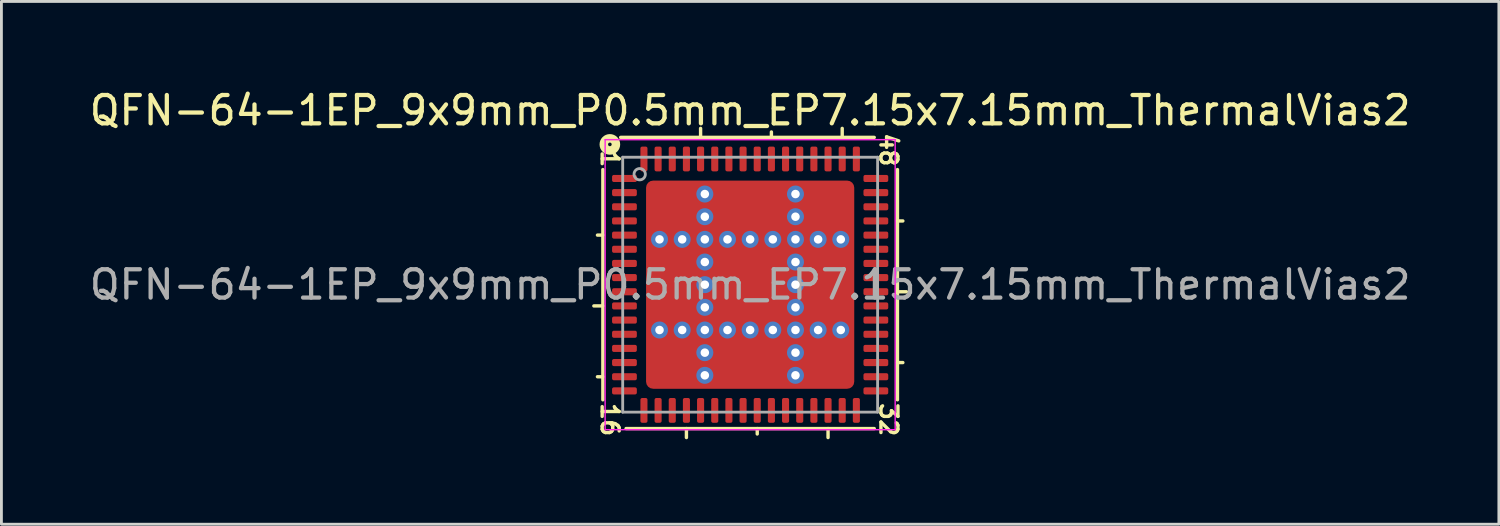
<source format=kicad_pcb>
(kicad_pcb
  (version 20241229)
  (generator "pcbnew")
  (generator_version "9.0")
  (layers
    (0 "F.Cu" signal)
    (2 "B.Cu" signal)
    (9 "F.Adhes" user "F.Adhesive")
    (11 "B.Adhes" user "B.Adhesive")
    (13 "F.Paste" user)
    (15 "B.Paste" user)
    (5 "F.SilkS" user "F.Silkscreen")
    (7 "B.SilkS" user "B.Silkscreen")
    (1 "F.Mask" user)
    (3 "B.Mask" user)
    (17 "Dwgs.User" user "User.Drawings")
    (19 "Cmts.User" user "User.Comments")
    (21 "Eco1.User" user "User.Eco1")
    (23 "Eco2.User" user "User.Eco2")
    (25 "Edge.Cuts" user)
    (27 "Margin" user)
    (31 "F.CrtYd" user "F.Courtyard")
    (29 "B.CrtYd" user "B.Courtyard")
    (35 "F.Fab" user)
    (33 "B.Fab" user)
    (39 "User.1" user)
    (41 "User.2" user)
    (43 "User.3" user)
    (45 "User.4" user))
  (footprint "QFN-64-1EP_9x9mm_P0.5mm_EP7.15x7.15mm_ThermalVias2"
    (layer "F.Cu")
    (at 23.435 7.001)
    (property "Reference" "QFN-64-1EP_9x9mm_P0.5mm_EP7.15x7.15mm_ThermalVias2" (at 0 -6.152 0) (layer "F.SilkS") (effects (font (size 1 1) (thickness 0.15))))
    (attr smd)
    (fp_line (start -5.2 -4.064) (end -5.2 4.064) (stroke (width 0.12) (type solid)) (layer "F.SilkS"))
    (fp_line (start -5.2 -1.75) (end -5.391 -1.75) (stroke (width 0.12) (type solid)) (layer "F.SilkS"))
    (fp_line (start -5.2 0.75) (end -5.518 0.75) (stroke (width 0.12) (type solid)) (layer "F.SilkS"))
    (fp_line (start -5.2 3.25) (end -5.391 3.25) (stroke (width 0.12) (type solid)) (layer "F.SilkS"))
    (fp_line (start -4.381 5.08) (end 4.381 5.08) (stroke (width 0.12) (type solid)) (layer "F.SilkS"))
    (fp_line (start -2.25 5.08) (end -2.25 5.397) (stroke (width 0.12) (type solid)) (layer "F.SilkS"))
    (fp_line (start -1.75 -5.2) (end -1.75 -5.518) (stroke (width 0.12) (type solid)) (layer "F.SilkS"))
    (fp_line (start 0.25 5.08) (end 0.25 5.271) (stroke (width 0.12) (type solid)) (layer "F.SilkS"))
    (fp_line (start 0.75 -5.2) (end 0.75 -5.391) (stroke (width 0.12) (type solid)) (layer "F.SilkS"))
    (fp_line (start 2.75 5.08) (end 2.75 5.397) (stroke (width 0.12) (type solid)) (layer "F.SilkS"))
    (fp_line (start 3.25 -5.2) (end 3.25 -5.518) (stroke (width 0.12) (type solid)) (layer "F.SilkS"))
    (fp_line (start 4.381 -5.2) (end -4.572 -5.2) (stroke (width 0.12) (type solid)) (layer "F.SilkS"))
    (fp_line (start 5.2 -2.25) (end 5.391 -2.25) (stroke (width 0.12) (type solid)) (layer "F.SilkS"))
    (fp_line (start 5.2 0.25) (end 5.518 0.25) (stroke (width 0.12) (type solid)) (layer "F.SilkS"))
    (fp_line (start 5.2 2.75) (end 5.391 2.75) (stroke (width 0.12) (type solid)) (layer "F.SilkS"))
    (fp_line (start 5.2 4.064) (end 5.2 -4.064) (stroke (width 0.12) (type solid)) (layer "F.SilkS"))
    (fp_circle (center -4.953 -4.953) (end -4.889 -4.953) (stroke (width 0.3) (type solid)) (fill no) (layer "F.SilkS"))
    (fp_line (start -5.12 -5.12) (end -5.12 5.12) (stroke (width 0.05) (type solid)) (layer "F.CrtYd"))
    (fp_line (start -5.12 5.12) (end 5.12 5.12) (stroke (width 0.05) (type solid)) (layer "F.CrtYd"))
    (fp_line (start 5.12 -5.12) (end -5.12 -5.12) (stroke (width 0.05) (type solid)) (layer "F.CrtYd"))
    (fp_line (start 5.12 5.12) (end 5.12 -5.12) (stroke (width 0.05) (type solid)) (layer "F.CrtYd"))
    (fp_line (start -4.5 -4.5) (end 4.5 -4.5) (stroke (width 0.1) (type solid)) (layer "F.Fab"))
    (fp_line (start -4.5 4.5) (end -4.5 -4.5) (stroke (width 0.1) (type solid)) (layer "F.Fab"))
    (fp_line (start 4.5 -4.5) (end 4.5 4.5) (stroke (width 0.1) (type solid)) (layer "F.Fab"))
    (fp_line (start 4.5 4.5) (end -4.5 4.5) (stroke (width 0.1) (type solid)) (layer "F.Fab"))
    (fp_circle (center -3.9 -3.9) (end -3.7 -3.9) (stroke (width 0.1) (type solid)) (fill no) (layer "F.Fab"))
    (fp_text user "1" (at -4.953 -4.445 270) (unlocked yes) (layer "F.SilkS") (effects (font (size 0.6 0.6) (thickness 0.12))))
    (fp_text user "48" (at 4.889 -4.763 270) (unlocked yes) (layer "F.SilkS") (effects (font (size 0.6 0.6) (thickness 0.12))))
    (fp_text user "16" (at -4.953 4.763 270) (unlocked yes) (layer "F.SilkS") (effects (font (size 0.6 0.6) (thickness 0.12))))
    (fp_text user "32" (at 4.889 4.763 270) (unlocked yes) (layer "F.SilkS") (effects (font (size 0.6 0.6) (thickness 0.12))))
    (fp_text user "${REFERENCE}" (at 0 0 0) (layer "F.Fab") (effects (font (size 1 1) (thickness 0.15))))
    (pad "" smd roundrect (at -3.15 -3.15) (size 0.6 0.6) (layers "F.Paste") (roundrect_rratio 0.25))
    (pad "" smd roundrect (at -3.15 -2.325) (size 0.6 0.6) (layers "F.Paste") (roundrect_rratio 0.25))
    (pad "" smd roundrect (at -3.15 -0.838) (size 0.6 0.625) (layers "F.Paste") (roundrect_rratio 0.25))
    (pad "" smd roundrect (at -3.15 0) (size 0.6 0.65) (layers "F.Paste") (roundrect_rratio 0.25))
    (pad "" smd roundrect (at -3.15 0.838) (size 0.6 0.625) (layers "F.Paste") (roundrect_rratio 0.25))
    (pad "" smd roundrect (at -3.15 2.325) (size 0.6 0.6) (layers "F.Paste") (roundrect_rratio 0.25))
    (pad "" smd roundrect (at -3.15 3.15) (size 0.6 0.6) (layers "F.Paste") (roundrect_rratio 0.25))
    (pad "" smd roundrect (at -2.737 -2.737 270) (size 1.675 1.675) (layers "F.Mask") (roundrect_rratio 0.149))
    (pad "" smd roundrect (at -2.737 0 270) (size 2.6 1.675) (layers "F.Mask") (roundrect_rratio 0.149))
    (pad "" smd roundrect (at -2.737 2.737 270) (size 1.675 1.675) (layers "F.Mask") (roundrect_rratio 0.149))
    (pad "" smd roundrect (at -2.325 -3.15) (size 0.6 0.6) (layers "F.Paste") (roundrect_rratio 0.25))
    (pad "" smd roundrect (at -2.325 -2.325) (size 0.6 0.6) (layers "F.Paste") (roundrect_rratio 0.25))
    (pad "" smd roundrect (at -2.325 -0.838) (size 0.6 0.625) (layers "F.Paste") (roundrect_rratio 0.25))
    (pad "" smd roundrect (at -2.325 0) (size 0.6 0.65) (layers "F.Paste") (roundrect_rratio 0.25))
    (pad "" smd roundrect (at -2.325 0.838) (size 0.6 0.625) (layers "F.Paste") (roundrect_rratio 0.25))
    (pad "" smd roundrect (at -2.325 2.325) (size 0.6 0.6) (layers "F.Paste") (roundrect_rratio 0.25))
    (pad "" smd roundrect (at -2.325 3.15) (size 0.6 0.6) (layers "F.Paste") (roundrect_rratio 0.25))
    (pad "" smd roundrect (at -0.838 -3.15 90) (size 0.6 0.625) (layers "F.Paste") (roundrect_rratio 0.25))
    (pad "" smd roundrect (at -0.838 -2.325 90) (size 0.6 0.625) (layers "F.Paste") (roundrect_rratio 0.25))
    (pad "" smd roundrect (at -0.838 -0.838 90) (size 0.625 0.625) (layers "F.Paste") (roundrect_rratio 0.25))
    (pad "" smd roundrect (at -0.838 0 90) (size 0.65 0.625) (layers "F.Paste") (roundrect_rratio 0.25))
    (pad "" smd roundrect (at -0.838 0.838 90) (size 0.625 0.625) (layers "F.Paste") (roundrect_rratio 0.25))
    (pad "" smd roundrect (at -0.838 2.325 90) (size 0.6 0.625) (layers "F.Paste") (roundrect_rratio 0.25))
    (pad "" smd roundrect (at -0.838 3.15 90) (size 0.6 0.625) (layers "F.Paste") (roundrect_rratio 0.25))
    (pad "" smd roundrect (at 0 -3.15 90) (size 0.6 0.65) (layers "F.Paste") (roundrect_rratio 0.25))
    (pad "" smd roundrect (at 0 -2.737) (size 2.6 1.675) (layers "F.Mask") (roundrect_rratio 0.149))
    (pad "" smd roundrect (at 0 -2.325 90) (size 0.6 0.65) (layers "F.Paste") (roundrect_rratio 0.25))
    (pad "" smd roundrect (at 0 -0.838 90) (size 0.625 0.65) (layers "F.Paste") (roundrect_rratio 0.25))
    (pad "" smd roundrect (at 0 0 90) (size 0.65 0.65) (layers "F.Paste") (roundrect_rratio 0.25))
    (pad "" smd roundrect (at 0 0 270) (size 2.6 2.6) (layers "F.Mask") (roundrect_rratio 0.096))
    (pad "" smd roundrect (at 0 0.838 90) (size 0.625 0.65) (layers "F.Paste") (roundrect_rratio 0.25))
    (pad "" smd roundrect (at 0 2.325 90) (size 0.6 0.65) (layers "F.Paste") (roundrect_rratio 0.25))
    (pad "" smd roundrect (at 0 2.737) (size 2.6 1.675) (layers "F.Mask") (roundrect_rratio 0.149))
    (pad "" smd roundrect (at 0 3.15 90) (size 0.6 0.65) (layers "F.Paste") (roundrect_rratio 0.25))
    (pad "" smd roundrect (at 0.838 -3.15 90) (size 0.6 0.625) (layers "F.Paste") (roundrect_rratio 0.25))
    (pad "" smd roundrect (at 0.838 -2.325 90) (size 0.6 0.625) (layers "F.Paste") (roundrect_rratio 0.25))
    (pad "" smd roundrect (at 0.838 -0.838 90) (size 0.625 0.625) (layers "F.Paste") (roundrect_rratio 0.25))
    (pad "" smd roundrect (at 0.838 0 90) (size 0.65 0.625) (layers "F.Paste") (roundrect_rratio 0.25))
    (pad "" smd roundrect (at 0.838 0.838 90) (size 0.625 0.625) (layers "F.Paste") (roundrect_rratio 0.25))
    (pad "" smd roundrect (at 0.838 2.325 90) (size 0.6 0.625) (layers "F.Paste") (roundrect_rratio 0.25))
    (pad "" smd roundrect (at 0.838 3.15 90) (size 0.6 0.625) (layers "F.Paste") (roundrect_rratio 0.25))
    (pad "" smd roundrect (at 2.325 -3.15 270) (size 0.6 0.6) (layers "F.Paste") (roundrect_rratio 0.25))
    (pad "" smd roundrect (at 2.325 -2.325 270) (size 0.6 0.6) (layers "F.Paste") (roundrect_rratio 0.25))
    (pad "" smd roundrect (at 2.325 -0.838) (size 0.6 0.625) (layers "F.Paste") (roundrect_rratio 0.25))
    (pad "" smd roundrect (at 2.325 0) (size 0.6 0.65) (layers "F.Paste") (roundrect_rratio 0.25))
    (pad "" smd roundrect (at 2.325 0.838) (size 0.6 0.625) (layers "F.Paste") (roundrect_rratio 0.25))
    (pad "" smd roundrect (at 2.325 2.325) (size 0.6 0.6) (layers "F.Paste") (roundrect_rratio 0.25))
    (pad "" smd roundrect (at 2.325 3.15) (size 0.6 0.6) (layers "F.Paste") (roundrect_rratio 0.25))
    (pad "" smd roundrect (at 2.737 -2.737 270) (size 1.675 1.675) (layers "F.Mask") (roundrect_rratio 0.149))
    (pad "" smd roundrect (at 2.737 0 270) (size 2.6 1.675) (layers "F.Mask") (roundrect_rratio 0.149))
    (pad "" smd roundrect (at 2.737 2.737 270) (size 1.675 1.675) (layers "F.Mask") (roundrect_rratio 0.149))
    (pad "" smd roundrect (at 3.15 -3.15 270) (size 0.6 0.6) (layers "F.Paste") (roundrect_rratio 0.25))
    (pad "" smd roundrect (at 3.15 -2.325 270) (size 0.6 0.6) (layers "F.Paste") (roundrect_rratio 0.25))
    (pad "" smd roundrect (at 3.15 -0.838) (size 0.6 0.625) (layers "F.Paste") (roundrect_rratio 0.25))
    (pad "" smd roundrect (at 3.15 0) (size 0.6 0.65) (layers "F.Paste") (roundrect_rratio 0.25))
    (pad "" smd roundrect (at 3.15 0.838) (size 0.6 0.625) (layers "F.Paste") (roundrect_rratio 0.25))
    (pad "" smd roundrect (at 3.15 2.325) (size 0.6 0.6) (layers "F.Paste") (roundrect_rratio 0.25))
    (pad "" smd roundrect (at 3.15 3.15) (size 0.6 0.6) (layers "F.Paste") (roundrect_rratio 0.25))
    (pad "1" smd roundrect (at -4.438 -3.75) (size 0.875 0.25) (layers "F.Cu" "F.Mask" "F.Paste") (roundrect_rratio 0.25))
    (pad "2" smd roundrect (at -4.438 -3.25) (size 0.875 0.25) (layers "F.Cu" "F.Mask" "F.Paste") (roundrect_rratio 0.25))
    (pad "3" smd roundrect (at -4.438 -2.75) (size 0.875 0.25) (layers "F.Cu" "F.Mask" "F.Paste") (roundrect_rratio 0.25))
    (pad "4" smd roundrect (at -4.438 -2.25) (size 0.875 0.25) (layers "F.Cu" "F.Mask" "F.Paste") (roundrect_rratio 0.25))
    (pad "5" smd roundrect (at -4.438 -1.75) (size 0.875 0.25) (layers "F.Cu" "F.Mask" "F.Paste") (roundrect_rratio 0.25))
    (pad "6" smd roundrect (at -4.438 -1.25) (size 0.875 0.25) (layers "F.Cu" "F.Mask" "F.Paste") (roundrect_rratio 0.25))
    (pad "7" smd roundrect (at -4.438 -0.75) (size 0.875 0.25) (layers "F.Cu" "F.Mask" "F.Paste") (roundrect_rratio 0.25))
    (pad "8" smd roundrect (at -4.438 -0.25) (size 0.875 0.25) (layers "F.Cu" "F.Mask" "F.Paste") (roundrect_rratio 0.25))
    (pad "9" smd roundrect (at -4.438 0.25) (size 0.875 0.25) (layers "F.Cu" "F.Mask" "F.Paste") (roundrect_rratio 0.25))
    (pad "10" smd roundrect (at -4.438 0.75) (size 0.875 0.25) (layers "F.Cu" "F.Mask" "F.Paste") (roundrect_rratio 0.25))
    (pad "11" smd roundrect (at -4.438 1.25) (size 0.875 0.25) (layers "F.Cu" "F.Mask" "F.Paste") (roundrect_rratio 0.25))
    (pad "12" smd roundrect (at -4.438 1.75) (size 0.875 0.25) (layers "F.Cu" "F.Mask" "F.Paste") (roundrect_rratio 0.25))
    (pad "13" smd roundrect (at -4.438 2.25) (size 0.875 0.25) (layers "F.Cu" "F.Mask" "F.Paste") (roundrect_rratio 0.25))
    (pad "14" smd roundrect (at -4.438 2.75) (size 0.875 0.25) (layers "F.Cu" "F.Mask" "F.Paste") (roundrect_rratio 0.25))
    (pad "15" smd roundrect (at -4.438 3.25) (size 0.875 0.25) (layers "F.Cu" "F.Mask" "F.Paste") (roundrect_rratio 0.25))
    (pad "16" smd roundrect (at -4.438 3.75) (size 0.875 0.25) (layers "F.Cu" "F.Mask" "F.Paste") (roundrect_rratio 0.25))
    (pad "17" smd roundrect (at -3.75 4.438) (size 0.25 0.875) (layers "F.Cu" "F.Mask" "F.Paste") (roundrect_rratio 0.25))
    (pad "18" smd roundrect (at -3.25 4.438) (size 0.25 0.875) (layers "F.Cu" "F.Mask" "F.Paste") (roundrect_rratio 0.25))
    (pad "19" smd roundrect (at -2.75 4.438) (size 0.25 0.875) (layers "F.Cu" "F.Mask" "F.Paste") (roundrect_rratio 0.25))
    (pad "20" smd roundrect (at -2.25 4.438) (size 0.25 0.875) (layers "F.Cu" "F.Mask" "F.Paste") (roundrect_rratio 0.25))
    (pad "21" smd roundrect (at -1.75 4.438) (size 0.25 0.875) (layers "F.Cu" "F.Mask" "F.Paste") (roundrect_rratio 0.25))
    (pad "22" smd roundrect (at -1.25 4.438) (size 0.25 0.875) (layers "F.Cu" "F.Mask" "F.Paste") (roundrect_rratio 0.25))
    (pad "23" smd roundrect (at -0.75 4.438) (size 0.25 0.875) (layers "F.Cu" "F.Mask" "F.Paste") (roundrect_rratio 0.25))
    (pad "24" smd roundrect (at -0.25 4.438) (size 0.25 0.875) (layers "F.Cu" "F.Mask" "F.Paste") (roundrect_rratio 0.25))
    (pad "25" smd roundrect (at 0.25 4.438) (size 0.25 0.875) (layers "F.Cu" "F.Mask" "F.Paste") (roundrect_rratio 0.25))
    (pad "26" smd roundrect (at 0.75 4.438) (size 0.25 0.875) (layers "F.Cu" "F.Mask" "F.Paste") (roundrect_rratio 0.25))
    (pad "27" smd roundrect (at 1.25 4.438) (size 0.25 0.875) (layers "F.Cu" "F.Mask" "F.Paste") (roundrect_rratio 0.25))
    (pad "28" smd roundrect (at 1.75 4.438) (size 0.25 0.875) (layers "F.Cu" "F.Mask" "F.Paste") (roundrect_rratio 0.25))
    (pad "29" smd roundrect (at 2.25 4.438) (size 0.25 0.875) (layers "F.Cu" "F.Mask" "F.Paste") (roundrect_rratio 0.25))
    (pad "30" smd roundrect (at 2.75 4.438) (size 0.25 0.875) (layers "F.Cu" "F.Mask" "F.Paste") (roundrect_rratio 0.25))
    (pad "31" smd roundrect (at 3.25 4.438) (size 0.25 0.875) (layers "F.Cu" "F.Mask" "F.Paste") (roundrect_rratio 0.25))
    (pad "32" smd roundrect (at 3.75 4.438) (size 0.25 0.875) (layers "F.Cu" "F.Mask" "F.Paste") (roundrect_rratio 0.25))
    (pad "33" smd roundrect (at 4.438 3.75) (size 0.875 0.25) (layers "F.Cu" "F.Mask" "F.Paste") (roundrect_rratio 0.25))
    (pad "34" smd roundrect (at 4.438 3.25) (size 0.875 0.25) (layers "F.Cu" "F.Mask" "F.Paste") (roundrect_rratio 0.25))
    (pad "35" smd roundrect (at 4.438 2.75) (size 0.875 0.25) (layers "F.Cu" "F.Mask" "F.Paste") (roundrect_rratio 0.25))
    (pad "36" smd roundrect (at 4.438 2.25) (size 0.875 0.25) (layers "F.Cu" "F.Mask" "F.Paste") (roundrect_rratio 0.25))
    (pad "37" smd roundrect (at 4.438 1.75) (size 0.875 0.25) (layers "F.Cu" "F.Mask" "F.Paste") (roundrect_rratio 0.25))
    (pad "38" smd roundrect (at 4.438 1.25) (size 0.875 0.25) (layers "F.Cu" "F.Mask" "F.Paste") (roundrect_rratio 0.25))
    (pad "39" smd roundrect (at 4.438 0.75) (size 0.875 0.25) (layers "F.Cu" "F.Mask" "F.Paste") (roundrect_rratio 0.25))
    (pad "40" smd roundrect (at 4.438 0.25) (size 0.875 0.25) (layers "F.Cu" "F.Mask" "F.Paste") (roundrect_rratio 0.25))
    (pad "41" smd roundrect (at 4.438 -0.25) (size 0.875 0.25) (layers "F.Cu" "F.Mask" "F.Paste") (roundrect_rratio 0.25))
    (pad "42" smd roundrect (at 4.438 -0.75) (size 0.875 0.25) (layers "F.Cu" "F.Mask" "F.Paste") (roundrect_rratio 0.25))
    (pad "43" smd roundrect (at 4.438 -1.25) (size 0.875 0.25) (layers "F.Cu" "F.Mask" "F.Paste") (roundrect_rratio 0.25))
    (pad "44" smd roundrect (at 4.438 -1.75) (size 0.875 0.25) (layers "F.Cu" "F.Mask" "F.Paste") (roundrect_rratio 0.25))
    (pad "45" smd roundrect (at 4.438 -2.25) (size 0.875 0.25) (layers "F.Cu" "F.Mask" "F.Paste") (roundrect_rratio 0.25))
    (pad "46" smd roundrect (at 4.438 -2.75) (size 0.875 0.25) (layers "F.Cu" "F.Mask" "F.Paste") (roundrect_rratio 0.25))
    (pad "47" smd roundrect (at 4.438 -3.25) (size 0.875 0.25) (layers "F.Cu" "F.Mask" "F.Paste") (roundrect_rratio 0.25))
    (pad "48" smd roundrect (at 4.438 -3.75) (size 0.875 0.25) (layers "F.Cu" "F.Mask" "F.Paste") (roundrect_rratio 0.25))
    (pad "49" smd roundrect (at 3.75 -4.438) (size 0.25 0.875) (layers "F.Cu" "F.Mask" "F.Paste") (roundrect_rratio 0.25))
    (pad "50" smd roundrect (at 3.25 -4.438) (size 0.25 0.875) (layers "F.Cu" "F.Mask" "F.Paste") (roundrect_rratio 0.25))
    (pad "51" smd roundrect (at 2.75 -4.438) (size 0.25 0.875) (layers "F.Cu" "F.Mask" "F.Paste") (roundrect_rratio 0.25))
    (pad "52" smd roundrect (at 2.25 -4.438) (size 0.25 0.875) (layers "F.Cu" "F.Mask" "F.Paste") (roundrect_rratio 0.25))
    (pad "53" smd roundrect (at 1.75 -4.438) (size 0.25 0.875) (layers "F.Cu" "F.Mask" "F.Paste") (roundrect_rratio 0.25))
    (pad "54" smd roundrect (at 1.25 -4.438) (size 0.25 0.875) (layers "F.Cu" "F.Mask" "F.Paste") (roundrect_rratio 0.25))
    (pad "55" smd roundrect (at 0.75 -4.438) (size 0.25 0.875) (layers "F.Cu" "F.Mask" "F.Paste") (roundrect_rratio 0.25))
    (pad "56" smd roundrect (at 0.25 -4.438) (size 0.25 0.875) (layers "F.Cu" "F.Mask" "F.Paste") (roundrect_rratio 0.25))
    (pad "57" smd roundrect (at -0.25 -4.438) (size 0.25 0.875) (layers "F.Cu" "F.Mask" "F.Paste") (roundrect_rratio 0.25))
    (pad "58" smd roundrect (at -0.75 -4.438) (size 0.25 0.875) (layers "F.Cu" "F.Mask" "F.Paste") (roundrect_rratio 0.25))
    (pad "59" smd roundrect (at -1.25 -4.438) (size 0.25 0.875) (layers "F.Cu" "F.Mask" "F.Paste") (roundrect_rratio 0.25))
    (pad "60" smd roundrect (at -1.75 -4.438) (size 0.25 0.875) (layers "F.Cu" "F.Mask" "F.Paste") (roundrect_rratio 0.25))
    (pad "61" smd roundrect (at -2.25 -4.438) (size 0.25 0.875) (layers "F.Cu" "F.Mask" "F.Paste") (roundrect_rratio 0.25))
    (pad "62" smd roundrect (at -2.75 -4.438) (size 0.25 0.875) (layers "F.Cu" "F.Mask" "F.Paste") (roundrect_rratio 0.25))
    (pad "63" smd roundrect (at -3.25 -4.438) (size 0.25 0.875) (layers "F.Cu" "F.Mask" "F.Paste") (roundrect_rratio 0.25))
    (pad "64" smd roundrect (at -3.75 -4.438) (size 0.25 0.875) (layers "F.Cu" "F.Mask" "F.Paste") (roundrect_rratio 0.25))
    (pad "65" thru_hole circle (at -3.2 -1.6 180) (size 0.6 0.6) (drill 0.3) (property pad_prop_heatsink) (layers "*.Cu" "*.Mask"))
    (pad "65" thru_hole circle (at -3.2 1.6 180) (size 0.6 0.6) (drill 0.3) (property pad_prop_heatsink) (layers "*.Cu" "*.Mask"))
    (pad "65" thru_hole circle (at -2.4 -1.6 180) (size 0.6 0.6) (drill 0.3) (property pad_prop_heatsink) (layers "*.Cu" "*.Mask"))
    (pad "65" thru_hole circle (at -2.4 1.6 180) (size 0.6 0.6) (drill 0.3) (property pad_prop_heatsink) (layers "*.Cu" "*.Mask"))
    (pad "65" thru_hole circle (at -1.6 -3.2 180) (size 0.6 0.6) (drill 0.3) (property pad_prop_heatsink) (layers "*.Cu" "*.Mask"))
    (pad "65" thru_hole circle (at -1.6 -2.4 180) (size 0.6 0.6) (drill 0.3) (property pad_prop_heatsink) (layers "*.Cu" "*.Mask"))
    (pad "65" thru_hole circle (at -1.6 -1.6 180) (size 0.6 0.6) (drill 0.3) (property pad_prop_heatsink) (layers "*.Cu" "*.Mask"))
    (pad "65" thru_hole circle (at -1.6 -0.8 180) (size 0.6 0.6) (drill 0.3) (property pad_prop_heatsink) (layers "*.Cu" "*.Mask"))
    (pad "65" thru_hole circle (at -1.6 0 180) (size 0.6 0.6) (drill 0.3) (property pad_prop_heatsink) (layers "*.Cu" "*.Mask"))
    (pad "65" thru_hole circle (at -1.6 0.8 180) (size 0.6 0.6) (drill 0.3) (property pad_prop_heatsink) (layers "*.Cu" "*.Mask"))
    (pad "65" thru_hole circle (at -1.6 1.6 180) (size 0.6 0.6) (drill 0.3) (property pad_prop_heatsink) (layers "*.Cu" "*.Mask"))
    (pad "65" thru_hole circle (at -1.6 2.4 180) (size 0.6 0.6) (drill 0.3) (property pad_prop_heatsink) (layers "*.Cu" "*.Mask"))
    (pad "65" thru_hole circle (at -1.6 3.2 180) (size 0.6 0.6) (drill 0.3) (property pad_prop_heatsink) (layers "*.Cu" "*.Mask"))
    (pad "65" thru_hole circle (at -0.8 -1.6 180) (size 0.6 0.6) (drill 0.3) (property pad_prop_heatsink) (layers "*.Cu" "*.Mask"))
    (pad "65" thru_hole circle (at -0.8 1.6 180) (size 0.6 0.6) (drill 0.3) (property pad_prop_heatsink) (layers "*.Cu" "*.Mask"))
    (pad "65" thru_hole circle (at 0 -1.6 180) (size 0.6 0.6) (drill 0.3) (property pad_prop_heatsink) (layers "*.Cu" "*.Mask"))
    (pad "65" smd roundrect (at 0 0) (size 7.35 7.35) (layers "F.Cu") (roundrect_rratio 0.034))
    (pad "65" thru_hole circle (at 0 1.6 180) (size 0.6 0.6) (drill 0.3) (property pad_prop_heatsink) (layers "*.Cu" "*.Mask"))
    (pad "65" thru_hole circle (at 0.8 -1.6 180) (size 0.6 0.6) (drill 0.3) (property pad_prop_heatsink) (layers "*.Cu" "*.Mask"))
    (pad "65" thru_hole circle (at 0.8 1.6 180) (size 0.6 0.6) (drill 0.3) (property pad_prop_heatsink) (layers "*.Cu" "*.Mask"))
    (pad "65" thru_hole circle (at 1.6 -3.2 180) (size 0.6 0.6) (drill 0.3) (property pad_prop_heatsink) (layers "*.Cu" "*.Mask"))
    (pad "65" thru_hole circle (at 1.6 -2.4 180) (size 0.6 0.6) (drill 0.3) (property pad_prop_heatsink) (layers "*.Cu" "*.Mask"))
    (pad "65" thru_hole circle (at 1.6 -1.6 180) (size 0.6 0.6) (drill 0.3) (property pad_prop_heatsink) (layers "*.Cu" "*.Mask"))
    (pad "65" thru_hole circle (at 1.6 -0.8 180) (size 0.6 0.6) (drill 0.3) (property pad_prop_heatsink) (layers "*.Cu" "*.Mask"))
    (pad "65" thru_hole circle (at 1.6 0 180) (size 0.6 0.6) (drill 0.3) (property pad_prop_heatsink) (layers "*.Cu" "*.Mask"))
    (pad "65" thru_hole circle (at 1.6 0.8 180) (size 0.6 0.6) (drill 0.3) (property pad_prop_heatsink) (layers "*.Cu" "*.Mask"))
    (pad "65" thru_hole circle (at 1.6 1.6 180) (size 0.6 0.6) (drill 0.3) (property pad_prop_heatsink) (layers "*.Cu" "*.Mask"))
    (pad "65" thru_hole circle (at 1.6 2.4 180) (size 0.6 0.6) (drill 0.3) (property pad_prop_heatsink) (layers "*.Cu" "*.Mask"))
    (pad "65" thru_hole circle (at 1.6 3.2 180) (size 0.6 0.6) (drill 0.3) (property pad_prop_heatsink) (layers "*.Cu" "*.Mask"))
    (pad "65" thru_hole circle (at 2.4 -1.6 180) (size 0.6 0.6) (drill 0.3) (property pad_prop_heatsink) (layers "*.Cu" "*.Mask"))
    (pad "65" thru_hole circle (at 2.4 1.6 180) (size 0.6 0.6) (drill 0.3) (property pad_prop_heatsink) (layers "*.Cu" "*.Mask"))
    (pad "65" thru_hole circle (at 3.2 -1.6 180) (size 0.6 0.6) (drill 0.3) (property pad_prop_heatsink) (layers "*.Cu" "*.Mask"))
    (pad "65" thru_hole circle (at 3.2 1.6 180) (size 0.6 0.6) (drill 0.3) (property pad_prop_heatsink) (layers "*.Cu" "*.Mask")))
  (gr_rect
    (start -3 -3)
    (end 49.869 15.458)
    (stroke (width 0.1) (type default))
    (fill no)
    (layer "Edge.Cuts")))
</source>
